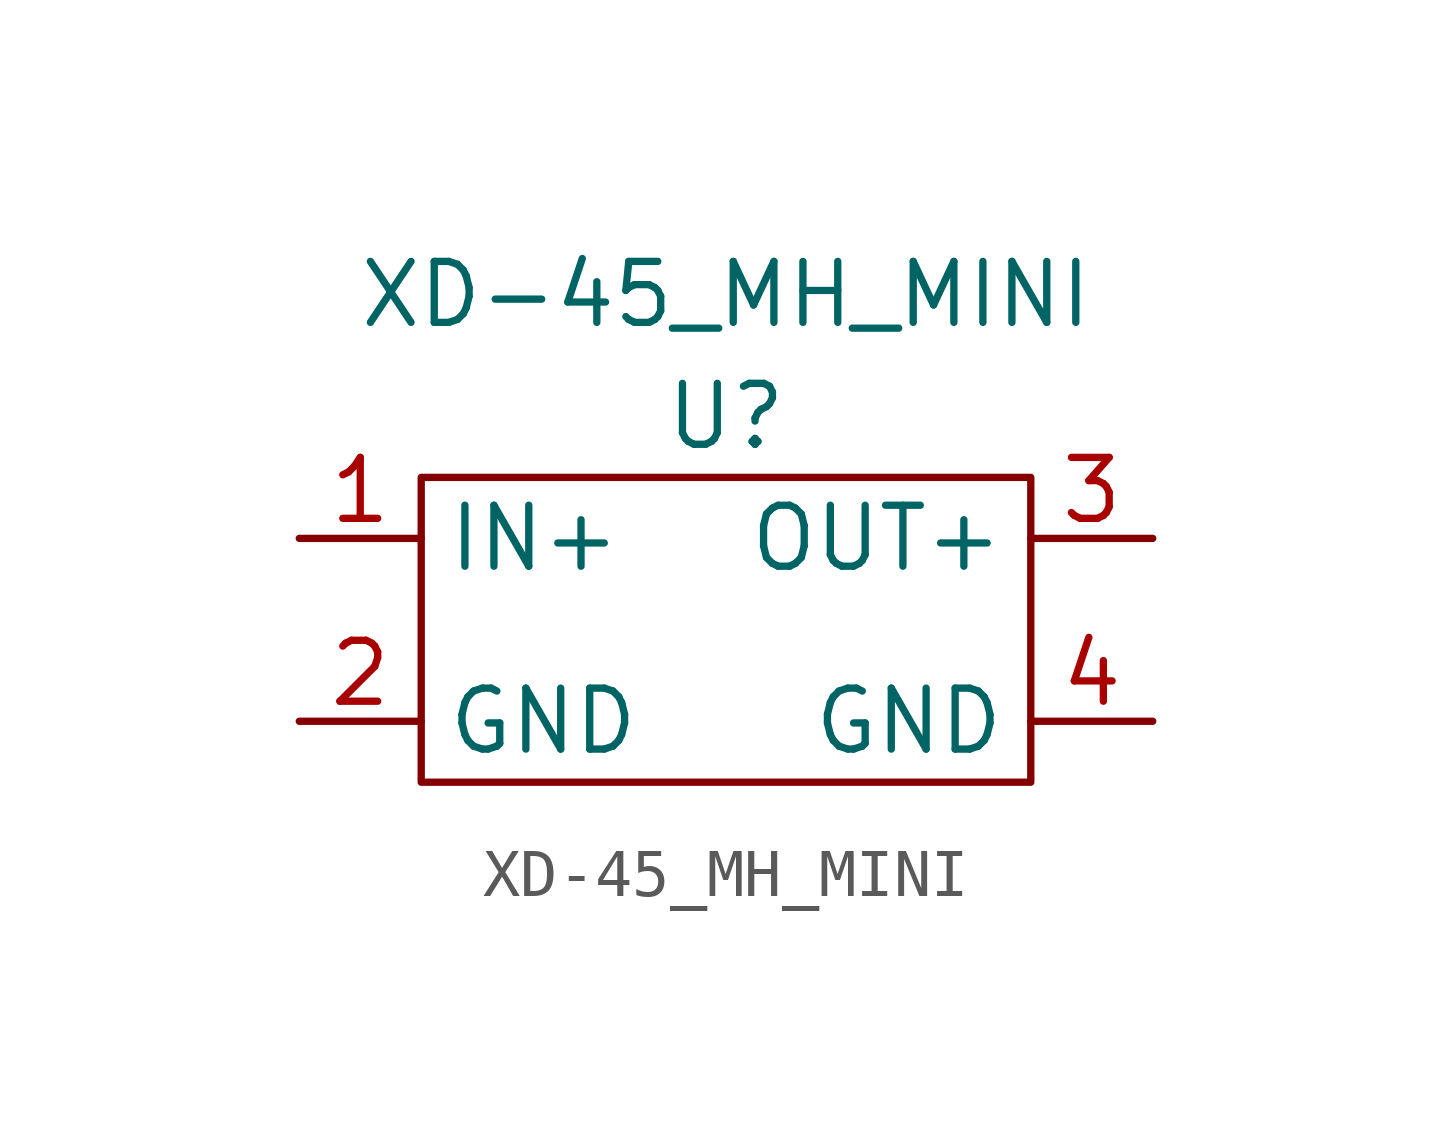
<source format=kicad_sym>
(kicad_symbol_lib
  (version 20211014)
  (generator kicad_symbol_editor)
  (symbol "XD-45_MH_MINI"
    (property "Reference" "U"
      (at 0 -2.54 0)
      (effects (font (size 1.27 1.27))))
    (property "Value" "XD-45_MH_MINI"
      (at 0 0 0)
      (effects (font (size 1.27 1.27))))
    (symbol "XD-45_MH_MINI_0_1"
      (polyline (pts (xy -6.35 -3.81) (xy 6.35 -3.81) (xy 6.35 -10.16) (xy -6.35 -10.16) (xy -6.35 -3.81)) (stroke (width 0) (type default) (color 0 0 0 0)) (fill (type none))))
    (symbol "XD-45_MH_MINI_1_1"
      (pin input line (at -8.89 -5.08 0) (length 2.54) (name "IN+" (effects (font (size 1.27 1.27)))) (number "1" (effects (font (size 1.27 1.27)))))
      (pin input line (at -8.89 -8.89 0) (length 2.54) (name "GND" (effects (font (size 1.27 1.27)))) (number "2" (effects (font (size 1.27 1.27)))))
      (pin output line (at 8.89 -5.08 180) (length 2.54) (name "OUT+" (effects (font (size 1.27 1.27)))) (number "3" (effects (font (size 1.27 1.27)))))
      (pin output line (at 8.89 -8.89 180) (length 2.54) (name "GND" (effects (font (size 1.27 1.27)))) (number "4" (effects (font (size 1.27 1.27))))))))
</source>
